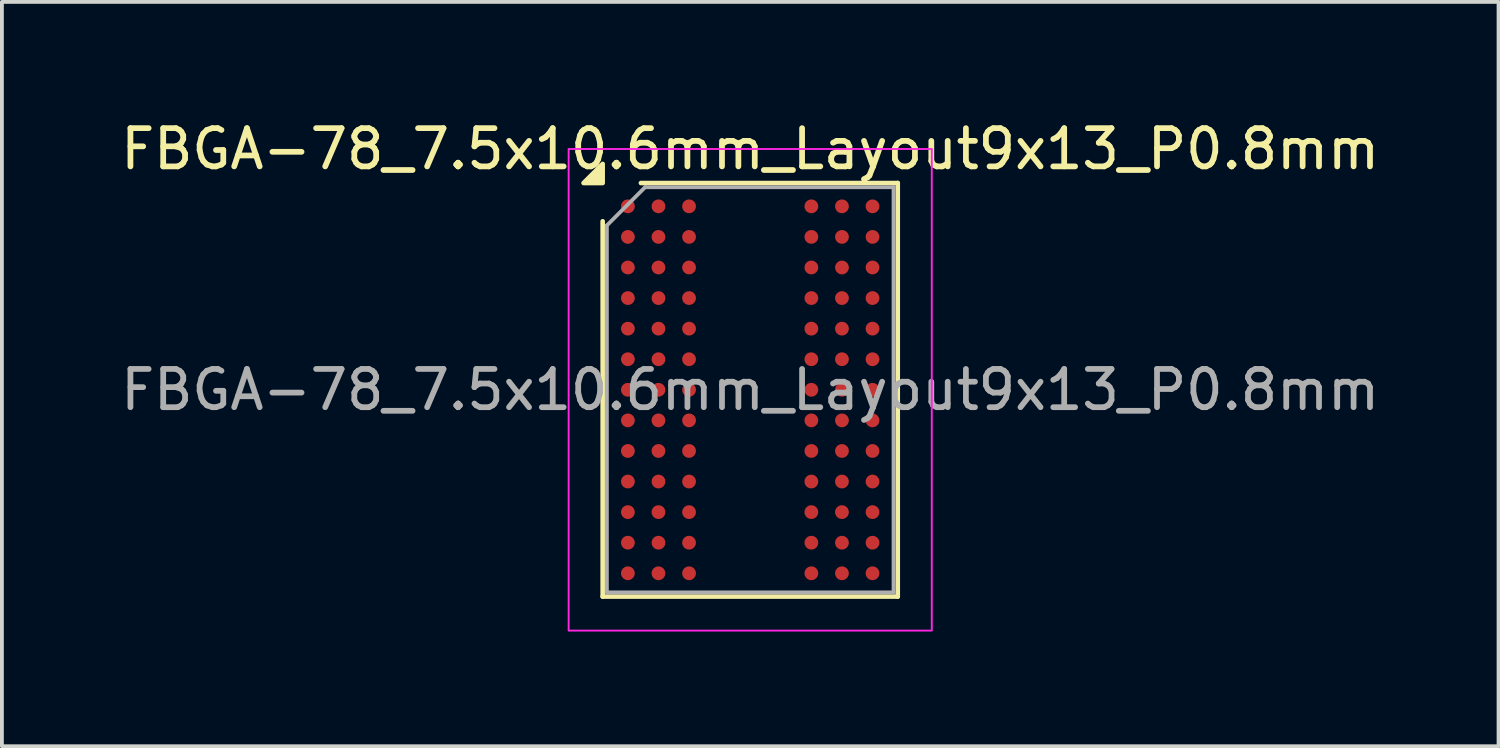
<source format=kicad_pcb>
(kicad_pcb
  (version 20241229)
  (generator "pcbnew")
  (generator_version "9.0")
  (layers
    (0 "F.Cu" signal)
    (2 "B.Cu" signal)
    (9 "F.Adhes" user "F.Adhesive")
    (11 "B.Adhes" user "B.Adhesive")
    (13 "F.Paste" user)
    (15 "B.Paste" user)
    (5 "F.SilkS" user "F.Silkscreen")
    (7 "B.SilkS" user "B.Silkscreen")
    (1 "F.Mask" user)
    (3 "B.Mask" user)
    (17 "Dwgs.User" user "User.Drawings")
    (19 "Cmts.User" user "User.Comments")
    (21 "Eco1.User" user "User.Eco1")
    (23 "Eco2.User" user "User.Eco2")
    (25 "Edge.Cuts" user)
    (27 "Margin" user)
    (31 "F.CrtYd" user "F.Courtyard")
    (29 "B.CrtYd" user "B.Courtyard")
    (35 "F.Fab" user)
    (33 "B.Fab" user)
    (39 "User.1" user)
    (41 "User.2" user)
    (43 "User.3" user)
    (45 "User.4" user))
  (footprint "FBGA-78_7.5x10.6mm_Layout9x13_P0.8mm"
    (layer "F.Cu")
    (at 16.577 7.148)
    (property "Reference" "FBGA-78_7.5x10.6mm_Layout9x13_P0.8mm" (at 0 -6.3 0) (layer "F.SilkS") (effects (font (size 1 1) (thickness 0.15))))
    (attr smd)
    (fp_line (start -3.86 5.41) (end -3.86 -4.41) (stroke (width 0.12) (type solid)) (layer "F.SilkS"))
    (fp_line (start -2.86 -5.41) (end 3.86 -5.41) (stroke (width 0.12) (type solid)) (layer "F.SilkS"))
    (fp_line (start 3.86 -5.41) (end 3.86 5.41) (stroke (width 0.12) (type solid)) (layer "F.SilkS"))
    (fp_line (start 3.86 5.41) (end -3.86 5.41) (stroke (width 0.12) (type solid)) (layer "F.SilkS"))
    (fp_poly (pts (xy -3.86 -5.41) (xy -4.36 -5.41) (xy -3.86 -5.91)) (stroke (width 0.12) (type solid)) (fill yes) (layer "F.SilkS"))
    (fp_rect (start -4.75 -6.3) (end 4.75 6.3) (stroke (width 0.05) (type solid)) (fill no) (layer "F.CrtYd"))
    (fp_line (start -3.75 -4.3) (end -2.75 -5.3) (stroke (width 0.1) (type solid)) (layer "F.Fab"))
    (fp_line (start -3.75 5.3) (end -3.75 -4.3) (stroke (width 0.1) (type solid)) (layer "F.Fab"))
    (fp_line (start -2.75 -5.3) (end 3.75 -5.3) (stroke (width 0.1) (type solid)) (layer "F.Fab"))
    (fp_line (start 3.75 -5.3) (end 3.75 5.3) (stroke (width 0.1) (type solid)) (layer "F.Fab"))
    (fp_line (start 3.75 5.3) (end -3.75 5.3) (stroke (width 0.1) (type solid)) (layer "F.Fab"))
    (fp_text user "${REFERENCE}" (at 0 0 0) (layer "F.Fab") (effects (font (size 1 1) (thickness 0.15))))
    (pad "A1" smd circle (at -3.2 -4.8) (size 0.36 0.36) (property pad_prop_bga) (layers "F.Cu" "F.Mask" "F.Paste"))
    (pad "A2" smd circle (at -2.4 -4.8) (size 0.36 0.36) (property pad_prop_bga) (layers "F.Cu" "F.Mask" "F.Paste"))
    (pad "A3" smd circle (at -1.6 -4.8) (size 0.36 0.36) (property pad_prop_bga) (layers "F.Cu" "F.Mask" "F.Paste"))
    (pad "A7" smd circle (at 1.6 -4.8) (size 0.36 0.36) (property pad_prop_bga) (layers "F.Cu" "F.Mask" "F.Paste"))
    (pad "A8" smd circle (at 2.4 -4.8) (size 0.36 0.36) (property pad_prop_bga) (layers "F.Cu" "F.Mask" "F.Paste"))
    (pad "A9" smd circle (at 3.2 -4.8) (size 0.36 0.36) (property pad_prop_bga) (layers "F.Cu" "F.Mask" "F.Paste"))
    (pad "B1" smd circle (at -3.2 -4) (size 0.36 0.36) (property pad_prop_bga) (layers "F.Cu" "F.Mask" "F.Paste"))
    (pad "B2" smd circle (at -2.4 -4) (size 0.36 0.36) (property pad_prop_bga) (layers "F.Cu" "F.Mask" "F.Paste"))
    (pad "B3" smd circle (at -1.6 -4) (size 0.36 0.36) (property pad_prop_bga) (layers "F.Cu" "F.Mask" "F.Paste"))
    (pad "B7" smd circle (at 1.6 -4) (size 0.36 0.36) (property pad_prop_bga) (layers "F.Cu" "F.Mask" "F.Paste"))
    (pad "B8" smd circle (at 2.4 -4) (size 0.36 0.36) (property pad_prop_bga) (layers "F.Cu" "F.Mask" "F.Paste"))
    (pad "B9" smd circle (at 3.2 -4) (size 0.36 0.36) (property pad_prop_bga) (layers "F.Cu" "F.Mask" "F.Paste"))
    (pad "C1" smd circle (at -3.2 -3.2) (size 0.36 0.36) (property pad_prop_bga) (layers "F.Cu" "F.Mask" "F.Paste"))
    (pad "C2" smd circle (at -2.4 -3.2) (size 0.36 0.36) (property pad_prop_bga) (layers "F.Cu" "F.Mask" "F.Paste"))
    (pad "C3" smd circle (at -1.6 -3.2) (size 0.36 0.36) (property pad_prop_bga) (layers "F.Cu" "F.Mask" "F.Paste"))
    (pad "C7" smd circle (at 1.6 -3.2) (size 0.36 0.36) (property pad_prop_bga) (layers "F.Cu" "F.Mask" "F.Paste"))
    (pad "C8" smd circle (at 2.4 -3.2) (size 0.36 0.36) (property pad_prop_bga) (layers "F.Cu" "F.Mask" "F.Paste"))
    (pad "C9" smd circle (at 3.2 -3.2) (size 0.36 0.36) (property pad_prop_bga) (layers "F.Cu" "F.Mask" "F.Paste"))
    (pad "D1" smd circle (at -3.2 -2.4) (size 0.36 0.36) (property pad_prop_bga) (layers "F.Cu" "F.Mask" "F.Paste"))
    (pad "D2" smd circle (at -2.4 -2.4) (size 0.36 0.36) (property pad_prop_bga) (layers "F.Cu" "F.Mask" "F.Paste"))
    (pad "D3" smd circle (at -1.6 -2.4) (size 0.36 0.36) (property pad_prop_bga) (layers "F.Cu" "F.Mask" "F.Paste"))
    (pad "D7" smd circle (at 1.6 -2.4) (size 0.36 0.36) (property pad_prop_bga) (layers "F.Cu" "F.Mask" "F.Paste"))
    (pad "D8" smd circle (at 2.4 -2.4) (size 0.36 0.36) (property pad_prop_bga) (layers "F.Cu" "F.Mask" "F.Paste"))
    (pad "D9" smd circle (at 3.2 -2.4) (size 0.36 0.36) (property pad_prop_bga) (layers "F.Cu" "F.Mask" "F.Paste"))
    (pad "E1" smd circle (at -3.2 -1.6) (size 0.36 0.36) (property pad_prop_bga) (layers "F.Cu" "F.Mask" "F.Paste"))
    (pad "E2" smd circle (at -2.4 -1.6) (size 0.36 0.36) (property pad_prop_bga) (layers "F.Cu" "F.Mask" "F.Paste"))
    (pad "E3" smd circle (at -1.6 -1.6) (size 0.36 0.36) (property pad_prop_bga) (layers "F.Cu" "F.Mask" "F.Paste"))
    (pad "E7" smd circle (at 1.6 -1.6) (size 0.36 0.36) (property pad_prop_bga) (layers "F.Cu" "F.Mask" "F.Paste"))
    (pad "E8" smd circle (at 2.4 -1.6) (size 0.36 0.36) (property pad_prop_bga) (layers "F.Cu" "F.Mask" "F.Paste"))
    (pad "E9" smd circle (at 3.2 -1.6) (size 0.36 0.36) (property pad_prop_bga) (layers "F.Cu" "F.Mask" "F.Paste"))
    (pad "F1" smd circle (at -3.2 -0.8) (size 0.36 0.36) (property pad_prop_bga) (layers "F.Cu" "F.Mask" "F.Paste"))
    (pad "F2" smd circle (at -2.4 -0.8) (size 0.36 0.36) (property pad_prop_bga) (layers "F.Cu" "F.Mask" "F.Paste"))
    (pad "F3" smd circle (at -1.6 -0.8) (size 0.36 0.36) (property pad_prop_bga) (layers "F.Cu" "F.Mask" "F.Paste"))
    (pad "F7" smd circle (at 1.6 -0.8) (size 0.36 0.36) (property pad_prop_bga) (layers "F.Cu" "F.Mask" "F.Paste"))
    (pad "F8" smd circle (at 2.4 -0.8) (size 0.36 0.36) (property pad_prop_bga) (layers "F.Cu" "F.Mask" "F.Paste"))
    (pad "F9" smd circle (at 3.2 -0.8) (size 0.36 0.36) (property pad_prop_bga) (layers "F.Cu" "F.Mask" "F.Paste"))
    (pad "G1" smd circle (at -3.2 0) (size 0.36 0.36) (property pad_prop_bga) (layers "F.Cu" "F.Mask" "F.Paste"))
    (pad "G2" smd circle (at -2.4 0) (size 0.36 0.36) (property pad_prop_bga) (layers "F.Cu" "F.Mask" "F.Paste"))
    (pad "G3" smd circle (at -1.6 0) (size 0.36 0.36) (property pad_prop_bga) (layers "F.Cu" "F.Mask" "F.Paste"))
    (pad "G7" smd circle (at 1.6 0) (size 0.36 0.36) (property pad_prop_bga) (layers "F.Cu" "F.Mask" "F.Paste"))
    (pad "G8" smd circle (at 2.4 0) (size 0.36 0.36) (property pad_prop_bga) (layers "F.Cu" "F.Mask" "F.Paste"))
    (pad "G9" smd circle (at 3.2 0) (size 0.36 0.36) (property pad_prop_bga) (layers "F.Cu" "F.Mask" "F.Paste"))
    (pad "H1" smd circle (at -3.2 0.8) (size 0.36 0.36) (property pad_prop_bga) (layers "F.Cu" "F.Mask" "F.Paste"))
    (pad "H2" smd circle (at -2.4 0.8) (size 0.36 0.36) (property pad_prop_bga) (layers "F.Cu" "F.Mask" "F.Paste"))
    (pad "H3" smd circle (at -1.6 0.8) (size 0.36 0.36) (property pad_prop_bga) (layers "F.Cu" "F.Mask" "F.Paste"))
    (pad "H7" smd circle (at 1.6 0.8) (size 0.36 0.36) (property pad_prop_bga) (layers "F.Cu" "F.Mask" "F.Paste"))
    (pad "H8" smd circle (at 2.4 0.8) (size 0.36 0.36) (property pad_prop_bga) (layers "F.Cu" "F.Mask" "F.Paste"))
    (pad "H9" smd circle (at 3.2 0.8) (size 0.36 0.36) (property pad_prop_bga) (layers "F.Cu" "F.Mask" "F.Paste"))
    (pad "J1" smd circle (at -3.2 1.6) (size 0.36 0.36) (property pad_prop_bga) (layers "F.Cu" "F.Mask" "F.Paste"))
    (pad "J2" smd circle (at -2.4 1.6) (size 0.36 0.36) (property pad_prop_bga) (layers "F.Cu" "F.Mask" "F.Paste"))
    (pad "J3" smd circle (at -1.6 1.6) (size 0.36 0.36) (property pad_prop_bga) (layers "F.Cu" "F.Mask" "F.Paste"))
    (pad "J7" smd circle (at 1.6 1.6) (size 0.36 0.36) (property pad_prop_bga) (layers "F.Cu" "F.Mask" "F.Paste"))
    (pad "J8" smd circle (at 2.4 1.6) (size 0.36 0.36) (property pad_prop_bga) (layers "F.Cu" "F.Mask" "F.Paste"))
    (pad "J9" smd circle (at 3.2 1.6) (size 0.36 0.36) (property pad_prop_bga) (layers "F.Cu" "F.Mask" "F.Paste"))
    (pad "K1" smd circle (at -3.2 2.4) (size 0.36 0.36) (property pad_prop_bga) (layers "F.Cu" "F.Mask" "F.Paste"))
    (pad "K2" smd circle (at -2.4 2.4) (size 0.36 0.36) (property pad_prop_bga) (layers "F.Cu" "F.Mask" "F.Paste"))
    (pad "K3" smd circle (at -1.6 2.4) (size 0.36 0.36) (property pad_prop_bga) (layers "F.Cu" "F.Mask" "F.Paste"))
    (pad "K7" smd circle (at 1.6 2.4) (size 0.36 0.36) (property pad_prop_bga) (layers "F.Cu" "F.Mask" "F.Paste"))
    (pad "K8" smd circle (at 2.4 2.4) (size 0.36 0.36) (property pad_prop_bga) (layers "F.Cu" "F.Mask" "F.Paste"))
    (pad "K9" smd circle (at 3.2 2.4) (size 0.36 0.36) (property pad_prop_bga) (layers "F.Cu" "F.Mask" "F.Paste"))
    (pad "L1" smd circle (at -3.2 3.2) (size 0.36 0.36) (property pad_prop_bga) (layers "F.Cu" "F.Mask" "F.Paste"))
    (pad "L2" smd circle (at -2.4 3.2) (size 0.36 0.36) (property pad_prop_bga) (layers "F.Cu" "F.Mask" "F.Paste"))
    (pad "L3" smd circle (at -1.6 3.2) (size 0.36 0.36) (property pad_prop_bga) (layers "F.Cu" "F.Mask" "F.Paste"))
    (pad "L7" smd circle (at 1.6 3.2) (size 0.36 0.36) (property pad_prop_bga) (layers "F.Cu" "F.Mask" "F.Paste"))
    (pad "L8" smd circle (at 2.4 3.2) (size 0.36 0.36) (property pad_prop_bga) (layers "F.Cu" "F.Mask" "F.Paste"))
    (pad "L9" smd circle (at 3.2 3.2) (size 0.36 0.36) (property pad_prop_bga) (layers "F.Cu" "F.Mask" "F.Paste"))
    (pad "M1" smd circle (at -3.2 4) (size 0.36 0.36) (property pad_prop_bga) (layers "F.Cu" "F.Mask" "F.Paste"))
    (pad "M2" smd circle (at -2.4 4) (size 0.36 0.36) (property pad_prop_bga) (layers "F.Cu" "F.Mask" "F.Paste"))
    (pad "M3" smd circle (at -1.6 4) (size 0.36 0.36) (property pad_prop_bga) (layers "F.Cu" "F.Mask" "F.Paste"))
    (pad "M7" smd circle (at 1.6 4) (size 0.36 0.36) (property pad_prop_bga) (layers "F.Cu" "F.Mask" "F.Paste"))
    (pad "M8" smd circle (at 2.4 4) (size 0.36 0.36) (property pad_prop_bga) (layers "F.Cu" "F.Mask" "F.Paste"))
    (pad "M9" smd circle (at 3.2 4) (size 0.36 0.36) (property pad_prop_bga) (layers "F.Cu" "F.Mask" "F.Paste"))
    (pad "N1" smd circle (at -3.2 4.8) (size 0.36 0.36) (property pad_prop_bga) (layers "F.Cu" "F.Mask" "F.Paste"))
    (pad "N2" smd circle (at -2.4 4.8) (size 0.36 0.36) (property pad_prop_bga) (layers "F.Cu" "F.Mask" "F.Paste"))
    (pad "N3" smd circle (at -1.6 4.8) (size 0.36 0.36) (property pad_prop_bga) (layers "F.Cu" "F.Mask" "F.Paste"))
    (pad "N7" smd circle (at 1.6 4.8) (size 0.36 0.36) (property pad_prop_bga) (layers "F.Cu" "F.Mask" "F.Paste"))
    (pad "N8" smd circle (at 2.4 4.8) (size 0.36 0.36) (property pad_prop_bga) (layers "F.Cu" "F.Mask" "F.Paste"))
    (pad "N9" smd circle (at 3.2 4.8) (size 0.36 0.36) (property pad_prop_bga) (layers "F.Cu" "F.Mask" "F.Paste")))
  (gr_rect
    (start -3 -3)
    (end 36.155 16.473)
    (stroke (width 0.1) (type default))
    (fill no)
    (layer "Edge.Cuts")))
</source>
